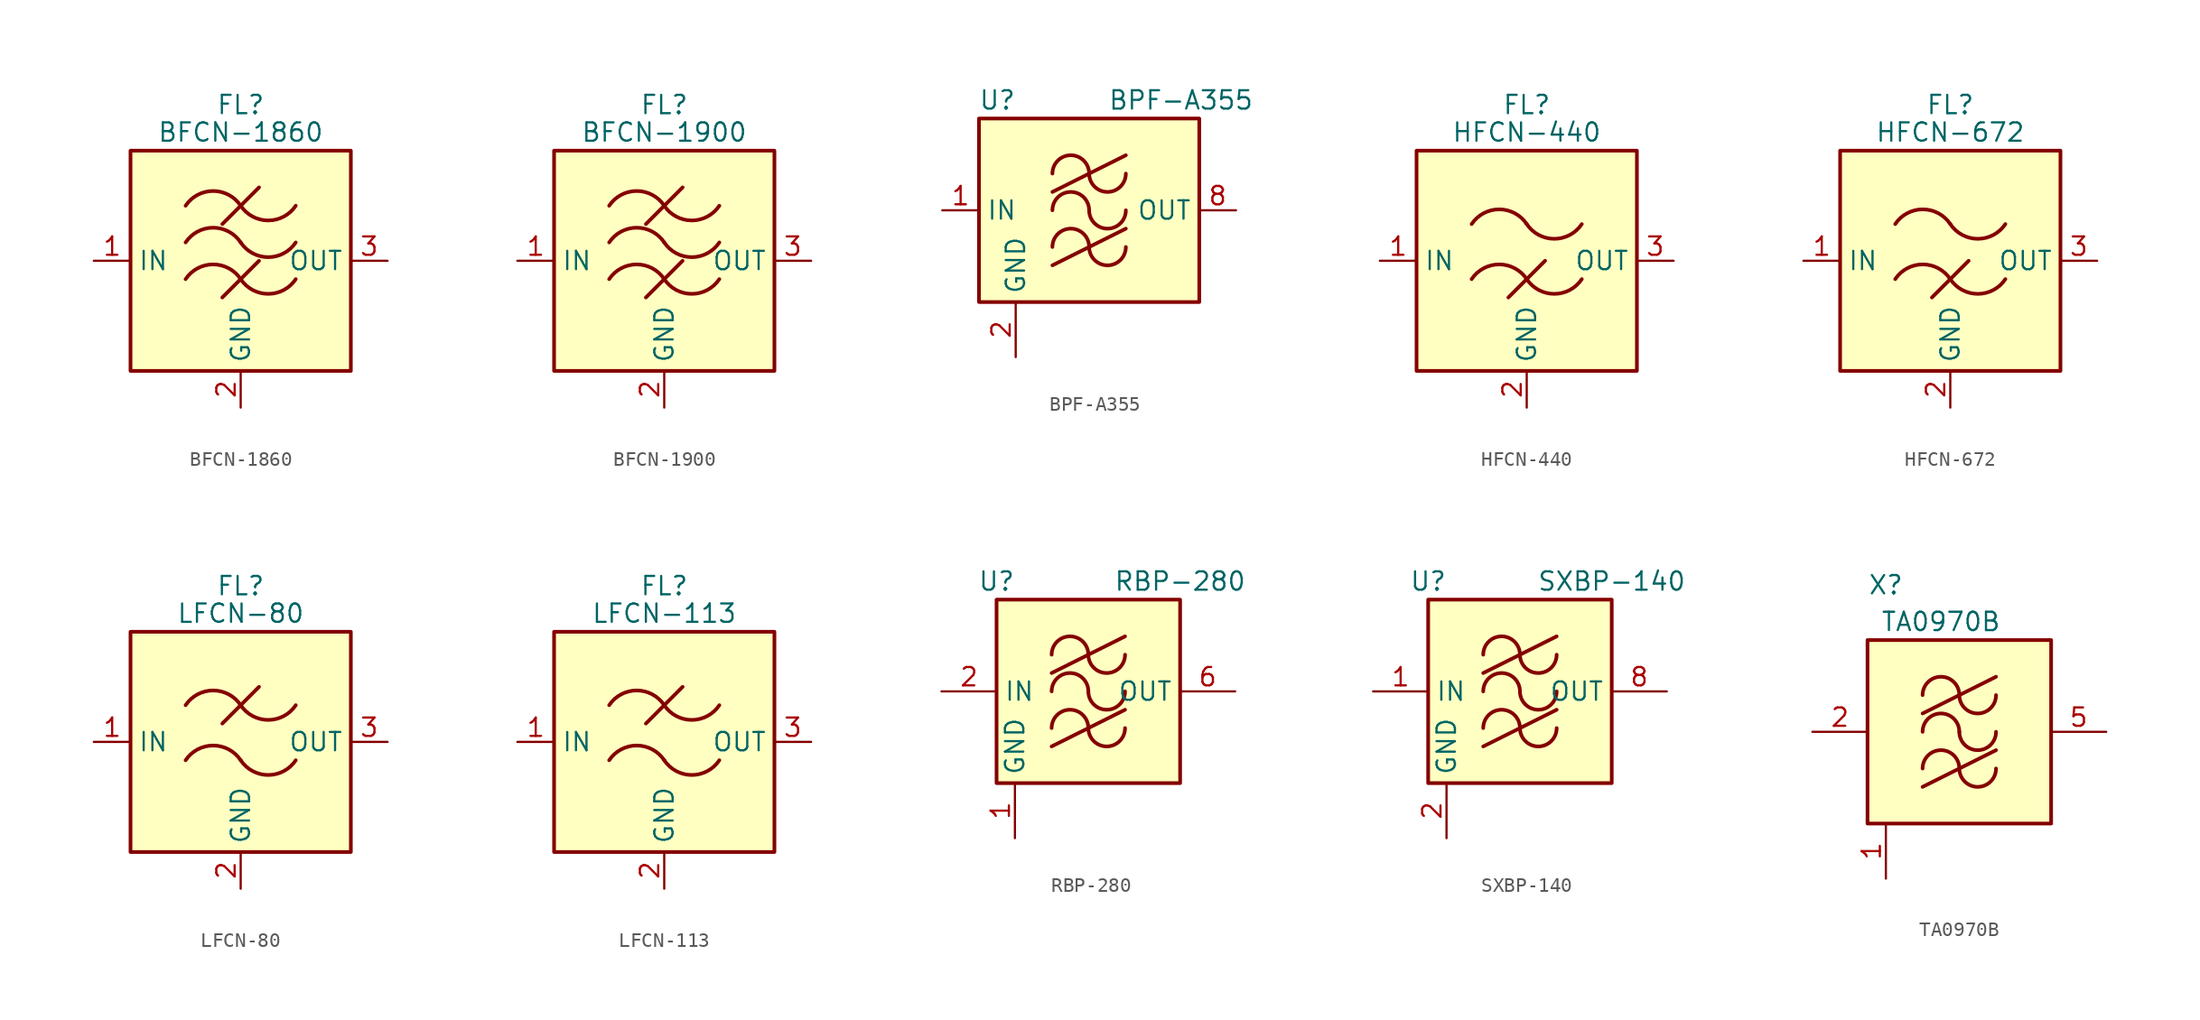
<source format=kicad_sym>
(kicad_symbol_lib
  (version 20231120)
  (generator "kicad_symbol_editor")
  (generator_version "8.0")
  (symbol "BFCN-1860"
    (property "Reference" "FL"
      (at 0 10.795 0)
      (effects (font (size 1.27 1.27))))
    (property "Value" "BFCN-1860"
      (at 0 8.89 0)
      (effects (font (size 1.27 1.27))))
    (symbol "BFCN-1860_0_1"
      (rectangle (start -7.62 7.62) (end 7.62 -7.62) (stroke (width 0.254) (type default)) (fill (type background)))
      (arc (start 0 -1.27) (mid -1.905 -0.2505) (end -3.81 -1.27) (stroke (width 0.254) (type default)) (fill (type none)))
      (arc (start 0 -1.27) (mid 1.905 -2.2895) (end 3.81 -1.27) (stroke (width 0.254) (type default)) (fill (type none)))
      (polyline (pts (xy -1.27 -2.54) (xy 1.27 0)) (stroke (width 0.254) (type default)) (fill (type none)))
      (polyline (pts (xy -1.27 2.54) (xy 1.27 5.08)) (stroke (width 0.254) (type default)) (fill (type none)))
      (arc (start 0 1.27) (mid -1.905 2.2895) (end -3.81 1.27) (stroke (width 0.254) (type default)) (fill (type none)))
      (arc (start 0 1.27) (mid 1.905 0.2505) (end 3.81 1.27) (stroke (width 0.254) (type default)) (fill (type none)))
      (arc (start 0 3.81) (mid -1.905 4.8295) (end -3.81 3.81) (stroke (width 0.254) (type default)) (fill (type none)))
      (arc (start 0 3.81) (mid 1.905 2.7905) (end 3.81 3.81) (stroke (width 0.254) (type default)) (fill (type none))))
    (symbol "BFCN-1860_1_1"
      (pin passive line (at -10.16 0 0) (length 2.54) (name "IN" (effects (font (size 1.27 1.27)))) (number "1" (effects (font (size 1.27 1.27)))))
      (pin passive line (at 0 -10.16 90) (length 2.54) (name "GND" (effects (font (size 1.27 1.27)))) (number "2" (effects (font (size 1.27 1.27)))))
      (pin passive line (at 10.16 0 180) (length 2.54) (name "OUT" (effects (font (size 1.27 1.27)))) (number "3" (effects (font (size 1.27 1.27)))))
      (pin passive line (at 0 -10.16 90) (length 2.54) hide (name "GND" (effects (font (size 1.27 1.27)))) (number "4" (effects (font (size 1.27 1.27)))))))
  (symbol "BFCN-1900"
    (property "Reference" "FL"
      (at 0 10.795 0)
      (effects (font (size 1.27 1.27))))
    (property "Value" "BFCN-1900"
      (at 0 8.89 0)
      (effects (font (size 1.27 1.27))))
    (symbol "BFCN-1900_0_1"
      (rectangle (start -7.62 7.62) (end 7.62 -7.62) (stroke (width 0.254) (type default)) (fill (type background)))
      (arc (start 0 -1.27) (mid -1.905 -0.2505) (end -3.81 -1.27) (stroke (width 0.254) (type default)) (fill (type none)))
      (arc (start 0 -1.27) (mid 1.905 -2.2895) (end 3.81 -1.27) (stroke (width 0.254) (type default)) (fill (type none)))
      (polyline (pts (xy -1.27 -2.54) (xy 1.27 0)) (stroke (width 0.254) (type default)) (fill (type none)))
      (polyline (pts (xy -1.27 2.54) (xy 1.27 5.08)) (stroke (width 0.254) (type default)) (fill (type none)))
      (arc (start 0 1.27) (mid -1.905 2.2895) (end -3.81 1.27) (stroke (width 0.254) (type default)) (fill (type none)))
      (arc (start 0 1.27) (mid 1.905 0.2505) (end 3.81 1.27) (stroke (width 0.254) (type default)) (fill (type none)))
      (arc (start 0 3.81) (mid -1.905 4.8295) (end -3.81 3.81) (stroke (width 0.254) (type default)) (fill (type none)))
      (arc (start 0 3.81) (mid 1.905 2.7905) (end 3.81 3.81) (stroke (width 0.254) (type default)) (fill (type none))))
    (symbol "BFCN-1900_1_1"
      (pin passive line (at -10.16 0 0) (length 2.54) (name "IN" (effects (font (size 1.27 1.27)))) (number "1" (effects (font (size 1.27 1.27)))))
      (pin passive line (at 0 -10.16 90) (length 2.54) (name "GND" (effects (font (size 1.27 1.27)))) (number "2" (effects (font (size 1.27 1.27)))))
      (pin passive line (at 10.16 0 180) (length 2.54) (name "OUT" (effects (font (size 1.27 1.27)))) (number "3" (effects (font (size 1.27 1.27)))))
      (pin passive line (at 0 -10.16 90) (length 2.54) hide (name "GND" (effects (font (size 1.27 1.27)))) (number "4" (effects (font (size 1.27 1.27)))))))
  (symbol "BPF-A355"
    (property "Reference" "U"
      (at -6.35 7.62 0)
      (effects (font (size 1.27 1.27))))
    (property "Value" "BPF-A355"
      (at 6.35 7.62 0)
      (effects (font (size 1.27 1.27))))
    (symbol "BPF-A355_0_1"
      (rectangle (start -7.62 6.35) (end 7.62 -6.35) (stroke (width 0.254) (type default)) (fill (type background)))
      (arc (start 0 -2.54) (mid -1.27 -1.2755) (end -2.54 -2.54) (stroke (width 0.254) (type default)) (fill (type none)))
      (arc (start 0 -2.54) (mid 1.27 -3.8045) (end 2.54 -2.54) (stroke (width 0.254) (type default)) (fill (type none)))
      (arc (start 0 0) (mid -1.27 1.2645) (end -2.54 0) (stroke (width 0.254) (type default)) (fill (type none)))
      (polyline (pts (xy -2.54 -3.81) (xy 2.54 -1.27)) (stroke (width 0.254) (type default)) (fill (type none)))
      (polyline (pts (xy -2.54 1.27) (xy 2.54 3.81)) (stroke (width 0.254) (type default)) (fill (type none)))
      (arc (start 0 0) (mid 1.27 -1.2645) (end 2.54 0) (stroke (width 0.254) (type default)) (fill (type none)))
      (arc (start 0 2.54) (mid -1.27 3.8045) (end -2.54 2.54) (stroke (width 0.254) (type default)) (fill (type none)))
      (arc (start 0 2.54) (mid 1.27 1.2755) (end 2.54 2.54) (stroke (width 0.254) (type default)) (fill (type none))))
    (symbol "BPF-A355_1_1"
      (pin input line (at -10.16 0 0) (length 2.54) (name "IN" (effects (font (size 1.27 1.27)))) (number "1" (effects (font (size 1.27 1.27)))))
      (pin passive line (at -5.08 -10.16 90) (length 3.81) hide (name "GND" (effects (font (size 1.27 1.27)))) (number "10" (effects (font (size 1.27 1.27)))))
      (pin passive line (at -5.08 -10.16 90) (length 3.81) hide (name "GND" (effects (font (size 1.27 1.27)))) (number "11" (effects (font (size 1.27 1.27)))))
      (pin passive line (at -5.08 -10.16 90) (length 3.81) hide (name "GND" (effects (font (size 1.27 1.27)))) (number "12" (effects (font (size 1.27 1.27)))))
      (pin passive line (at -5.08 -10.16 90) (length 3.81) hide (name "GND" (effects (font (size 1.27 1.27)))) (number "13" (effects (font (size 1.27 1.27)))))
      (pin passive line (at -5.08 -10.16 90) (length 3.81) hide (name "GND" (effects (font (size 1.27 1.27)))) (number "14" (effects (font (size 1.27 1.27)))))
      (pin power_in line (at -5.08 -10.16 90) (length 3.81) (name "GND" (effects (font (size 1.27 1.27)))) (number "2" (effects (font (size 1.27 1.27)))))
      (pin passive line (at -5.08 -10.16 90) (length 3.81) hide (name "GND" (effects (font (size 1.27 1.27)))) (number "3" (effects (font (size 1.27 1.27)))))
      (pin passive line (at -5.08 -10.16 90) (length 3.81) hide (name "GND" (effects (font (size 1.27 1.27)))) (number "4" (effects (font (size 1.27 1.27)))))
      (pin passive line (at -5.08 -10.16 90) (length 3.81) hide (name "GND" (effects (font (size 1.27 1.27)))) (number "5" (effects (font (size 1.27 1.27)))))
      (pin passive line (at -5.08 -10.16 90) (length 3.81) hide (name "GND" (effects (font (size 1.27 1.27)))) (number "6" (effects (font (size 1.27 1.27)))))
      (pin passive line (at -5.08 -10.16 90) (length 3.81) hide (name "GND" (effects (font (size 1.27 1.27)))) (number "7" (effects (font (size 1.27 1.27)))))
      (pin output line (at 10.16 0 180) (length 2.54) (name "OUT" (effects (font (size 1.27 1.27)))) (number "8" (effects (font (size 1.27 1.27)))))
      (pin passive line (at -5.08 -10.16 90) (length 3.81) hide (name "GND" (effects (font (size 1.27 1.27)))) (number "9" (effects (font (size 1.27 1.27)))))))
  (symbol "HFCN-440"
    (property "Reference" "FL"
      (at 0 10.795 0)
      (effects (font (size 1.27 1.27))))
    (property "Value" "HFCN-440"
      (at 0 8.89 0)
      (effects (font (size 1.27 1.27))))
    (symbol "HFCN-440_0_1"
      (rectangle (start -7.62 7.62) (end 7.62 -7.62) (stroke (width 0.254) (type default)) (fill (type background)))
      (arc (start 0 -1.27) (mid -1.905 -0.2505) (end -3.81 -1.27) (stroke (width 0.254) (type default)) (fill (type none)))
      (arc (start 0 -1.27) (mid 1.905 -2.2895) (end 3.81 -1.27) (stroke (width 0.254) (type default)) (fill (type none)))
      (polyline (pts (xy -1.27 -2.54) (xy 1.27 0)) (stroke (width 0.254) (type default)) (fill (type none)))
      (arc (start 0 2.54) (mid -1.905 3.5595) (end -3.81 2.54) (stroke (width 0.254) (type default)) (fill (type none)))
      (arc (start 0 2.54) (mid 1.905 1.5205) (end 3.81 2.54) (stroke (width 0.254) (type default)) (fill (type none))))
    (symbol "HFCN-440_1_1"
      (pin passive line (at -10.16 0 0) (length 2.54) (name "IN" (effects (font (size 1.27 1.27)))) (number "1" (effects (font (size 1.27 1.27)))))
      (pin passive line (at 0 -10.16 90) (length 2.54) (name "GND" (effects (font (size 1.27 1.27)))) (number "2" (effects (font (size 1.27 1.27)))))
      (pin passive line (at 10.16 0 180) (length 2.54) (name "OUT" (effects (font (size 1.27 1.27)))) (number "3" (effects (font (size 1.27 1.27)))))
      (pin passive line (at 0 -10.16 90) (length 2.54) hide (name "GND" (effects (font (size 1.27 1.27)))) (number "4" (effects (font (size 1.27 1.27)))))))
  (symbol "HFCN-672"
    (property "Reference" "FL"
      (at 0 10.795 0)
      (effects (font (size 1.27 1.27))))
    (property "Value" "HFCN-672"
      (at 0 8.89 0)
      (effects (font (size 1.27 1.27))))
    (symbol "HFCN-672_0_1"
      (rectangle (start -7.62 7.62) (end 7.62 -7.62) (stroke (width 0.254) (type default)) (fill (type background)))
      (arc (start 0 -1.27) (mid -1.905 -0.2505) (end -3.81 -1.27) (stroke (width 0.254) (type default)) (fill (type none)))
      (arc (start 0 -1.27) (mid 1.905 -2.2895) (end 3.81 -1.27) (stroke (width 0.254) (type default)) (fill (type none)))
      (polyline (pts (xy -1.27 -2.54) (xy 1.27 0)) (stroke (width 0.254) (type default)) (fill (type none)))
      (arc (start 0 2.54) (mid -1.905 3.5595) (end -3.81 2.54) (stroke (width 0.254) (type default)) (fill (type none)))
      (arc (start 0 2.54) (mid 1.905 1.5205) (end 3.81 2.54) (stroke (width 0.254) (type default)) (fill (type none))))
    (symbol "HFCN-672_1_1"
      (pin passive line (at -10.16 0 0) (length 2.54) (name "IN" (effects (font (size 1.27 1.27)))) (number "1" (effects (font (size 1.27 1.27)))))
      (pin passive line (at 0 -10.16 90) (length 2.54) (name "GND" (effects (font (size 1.27 1.27)))) (number "2" (effects (font (size 1.27 1.27)))))
      (pin passive line (at 10.16 0 180) (length 2.54) (name "OUT" (effects (font (size 1.27 1.27)))) (number "3" (effects (font (size 1.27 1.27)))))
      (pin passive line (at 0 -10.16 90) (length 2.54) hide (name "GND" (effects (font (size 1.27 1.27)))) (number "4" (effects (font (size 1.27 1.27)))))
      (pin passive line (at 0 -10.16 90) (length 2.54) hide (name "GND" (effects (font (size 1.27 1.27)))) (number "5" (effects (font (size 1.27 1.27)))))
      (pin passive line (at 0 -10.16 90) (length 2.54) hide (name "GND" (effects (font (size 1.27 1.27)))) (number "6" (effects (font (size 1.27 1.27)))))))
  (symbol "LFCN-80"
    (property "Reference" "FL"
      (at 0 10.795 0)
      (effects (font (size 1.27 1.27))))
    (property "Value" "LFCN-80"
      (at 0 8.89 0)
      (effects (font (size 1.27 1.27))))
    (symbol "LFCN-80_0_1"
      (rectangle (start -7.62 7.62) (end 7.62 -7.62) (stroke (width 0.254) (type default)) (fill (type background)))
      (arc (start 0 -1.27) (mid -1.905 -0.2505) (end -3.81 -1.27) (stroke (width 0.254) (type default)) (fill (type none)))
      (arc (start 0 -1.27) (mid 1.905 -2.2895) (end 3.81 -1.27) (stroke (width 0.254) (type default)) (fill (type none)))
      (polyline (pts (xy -1.27 1.27) (xy 1.27 3.81)) (stroke (width 0.254) (type default)) (fill (type none)))
      (arc (start 0 2.54) (mid -1.905 3.5595) (end -3.81 2.54) (stroke (width 0.254) (type default)) (fill (type none)))
      (arc (start 0 2.54) (mid 1.905 1.5205) (end 3.81 2.54) (stroke (width 0.254) (type default)) (fill (type none))))
    (symbol "LFCN-80_1_1"
      (pin passive line (at -10.16 0 0) (length 2.54) (name "IN" (effects (font (size 1.27 1.27)))) (number "1" (effects (font (size 1.27 1.27)))))
      (pin passive line (at 0 -10.16 90) (length 2.54) (name "GND" (effects (font (size 1.27 1.27)))) (number "2" (effects (font (size 1.27 1.27)))))
      (pin passive line (at 10.16 0 180) (length 2.54) (name "OUT" (effects (font (size 1.27 1.27)))) (number "3" (effects (font (size 1.27 1.27)))))
      (pin passive line (at 0 -10.16 90) (length 2.54) hide (name "GND" (effects (font (size 1.27 1.27)))) (number "4" (effects (font (size 1.27 1.27)))))))
  (symbol "LFCN-113"
    (property "Reference" "FL"
      (at 0 10.795 0)
      (effects (font (size 1.27 1.27))))
    (property "Value" "LFCN-113"
      (at 0 8.89 0)
      (effects (font (size 1.27 1.27))))
    (symbol "LFCN-113_0_1"
      (rectangle (start -7.62 7.62) (end 7.62 -7.62) (stroke (width 0.254) (type default)) (fill (type background)))
      (arc (start 0 -1.27) (mid -1.905 -0.2505) (end -3.81 -1.27) (stroke (width 0.254) (type default)) (fill (type none)))
      (arc (start 0 -1.27) (mid 1.905 -2.2895) (end 3.81 -1.27) (stroke (width 0.254) (type default)) (fill (type none)))
      (polyline (pts (xy -1.27 1.27) (xy 1.27 3.81)) (stroke (width 0.254) (type default)) (fill (type none)))
      (arc (start 0 2.54) (mid -1.905 3.5595) (end -3.81 2.54) (stroke (width 0.254) (type default)) (fill (type none)))
      (arc (start 0 2.54) (mid 1.905 1.5205) (end 3.81 2.54) (stroke (width 0.254) (type default)) (fill (type none))))
    (symbol "LFCN-113_1_1"
      (pin passive line (at -10.16 0 0) (length 2.54) (name "IN" (effects (font (size 1.27 1.27)))) (number "1" (effects (font (size 1.27 1.27)))))
      (pin passive line (at 0 -10.16 90) (length 2.54) (name "GND" (effects (font (size 1.27 1.27)))) (number "2" (effects (font (size 1.27 1.27)))))
      (pin passive line (at 10.16 0 180) (length 2.54) (name "OUT" (effects (font (size 1.27 1.27)))) (number "3" (effects (font (size 1.27 1.27)))))
      (pin passive line (at 0 -10.16 90) (length 2.54) hide (name "GND" (effects (font (size 1.27 1.27)))) (number "4" (effects (font (size 1.27 1.27)))))))
  (symbol "RBP-280"
    (property "Reference" "U"
      (at -6.35 7.62 0)
      (effects (font (size 1.27 1.27))))
    (property "Value" "RBP-280"
      (at 6.35 7.62 0)
      (effects (font (size 1.27 1.27))))
    (symbol "RBP-280_0_1"
      (rectangle (start -6.35 6.35) (end 6.35 -6.35) (stroke (width 0.254) (type default)) (fill (type background)))
      (arc (start 0 -2.54) (mid -1.27 -1.2755) (end -2.54 -2.54) (stroke (width 0.254) (type default)) (fill (type none)))
      (arc (start 0 -2.54) (mid 1.27 -3.8045) (end 2.54 -2.54) (stroke (width 0.254) (type default)) (fill (type none)))
      (arc (start 0 0) (mid -1.27 1.2645) (end -2.54 0) (stroke (width 0.254) (type default)) (fill (type none)))
      (polyline (pts (xy -2.54 -3.81) (xy 2.54 -1.27)) (stroke (width 0.254) (type default)) (fill (type none)))
      (polyline (pts (xy -2.54 1.27) (xy 2.54 3.81)) (stroke (width 0.254) (type default)) (fill (type none)))
      (arc (start 0 0) (mid 1.27 -1.2645) (end 2.54 0) (stroke (width 0.254) (type default)) (fill (type none)))
      (arc (start 0 2.54) (mid -1.27 3.8045) (end -2.54 2.54) (stroke (width 0.254) (type default)) (fill (type none)))
      (arc (start 0 2.54) (mid 1.27 1.2755) (end 2.54 2.54) (stroke (width 0.254) (type default)) (fill (type none))))
    (symbol "RBP-280_1_1"
      (pin power_in line (at -5.08 -10.16 90) (length 3.81) (name "GND" (effects (font (size 1.27 1.27)))) (number "1" (effects (font (size 1.27 1.27)))))
      (pin input line (at -10.16 0 0) (length 3.81) (name "IN" (effects (font (size 1.27 1.27)))) (number "2" (effects (font (size 1.27 1.27)))))
      (pin passive line (at -5.08 -10.16 90) (length 3.81) hide (name "GND" (effects (font (size 1.27 1.27)))) (number "3" (effects (font (size 1.27 1.27)))))
      (pin passive line (at -5.08 -10.16 90) (length 3.81) hide (name "GND" (effects (font (size 1.27 1.27)))) (number "4" (effects (font (size 1.27 1.27)))))
      (pin passive line (at -5.08 -10.16 90) (length 3.81) hide (name "GND" (effects (font (size 1.27 1.27)))) (number "5" (effects (font (size 1.27 1.27)))))
      (pin output line (at 10.16 0 180) (length 3.81) (name "OUT" (effects (font (size 1.27 1.27)))) (number "6" (effects (font (size 1.27 1.27)))))
      (pin passive line (at -5.08 -10.16 90) (length 3.81) hide (name "GND" (effects (font (size 1.27 1.27)))) (number "7" (effects (font (size 1.27 1.27)))))
      (pin passive line (at -5.08 -10.16 90) (length 3.81) hide (name "GND" (effects (font (size 1.27 1.27)))) (number "8" (effects (font (size 1.27 1.27)))))))
  (symbol "SXBP-140"
    (property "Reference" "U"
      (at -6.35 7.62 0)
      (effects (font (size 1.27 1.27))))
    (property "Value" "SXBP-140"
      (at 6.35 7.62 0)
      (effects (font (size 1.27 1.27))))
    (symbol "SXBP-140_0_1"
      (rectangle (start -6.35 6.35) (end 6.35 -6.35) (stroke (width 0.254) (type default)) (fill (type background)))
      (arc (start 0 -2.54) (mid -1.27 -1.2755) (end -2.54 -2.54) (stroke (width 0.254) (type default)) (fill (type none)))
      (arc (start 0 -2.54) (mid 1.27 -3.8045) (end 2.54 -2.54) (stroke (width 0.254) (type default)) (fill (type none)))
      (arc (start 0 0) (mid -1.27 1.2645) (end -2.54 0) (stroke (width 0.254) (type default)) (fill (type none)))
      (polyline (pts (xy -2.54 -3.81) (xy 2.54 -1.27)) (stroke (width 0.254) (type default)) (fill (type none)))
      (polyline (pts (xy -2.54 1.27) (xy 2.54 3.81)) (stroke (width 0.254) (type default)) (fill (type none)))
      (arc (start 0 0) (mid 1.27 -1.2645) (end 2.54 0) (stroke (width 0.254) (type default)) (fill (type none)))
      (arc (start 0 2.54) (mid -1.27 3.8045) (end -2.54 2.54) (stroke (width 0.254) (type default)) (fill (type none)))
      (arc (start 0 2.54) (mid 1.27 1.2755) (end 2.54 2.54) (stroke (width 0.254) (type default)) (fill (type none))))
    (symbol "SXBP-140_1_1"
      (pin input line (at -10.16 0 0) (length 3.81) (name "IN" (effects (font (size 1.27 1.27)))) (number "1" (effects (font (size 1.27 1.27)))))
      (pin power_in line (at -5.08 -10.16 90) (length 3.81) (name "GND" (effects (font (size 1.27 1.27)))) (number "2" (effects (font (size 1.27 1.27)))))
      (pin passive line (at -5.08 -10.16 90) (length 3.81) hide (name "GND" (effects (font (size 1.27 1.27)))) (number "3" (effects (font (size 1.27 1.27)))))
      (pin passive line (at -5.08 -10.16 90) (length 3.81) hide (name "GND" (effects (font (size 1.27 1.27)))) (number "4" (effects (font (size 1.27 1.27)))))
      (pin passive line (at -5.08 -10.16 90) (length 3.81) hide (name "GND" (effects (font (size 1.27 1.27)))) (number "5" (effects (font (size 1.27 1.27)))))
      (pin passive line (at -5.08 -10.16 90) (length 3.81) hide (name "GND" (effects (font (size 1.27 1.27)))) (number "6" (effects (font (size 1.27 1.27)))))
      (pin passive line (at -5.08 -10.16 90) (length 3.81) hide (name "GND" (effects (font (size 1.27 1.27)))) (number "7" (effects (font (size 1.27 1.27)))))
      (pin output line (at 10.16 0 180) (length 3.81) (name "OUT" (effects (font (size 1.27 1.27)))) (number "8" (effects (font (size 1.27 1.27)))))))
  (symbol "TA0970B"
    (pin_names hide)
    (property "Reference" "X"
      (at -5.08 10.16 0)
      (effects (font (size 1.27 1.27))))
    (property "Value" "TA0970B"
      (at -1.27 7.62 0)
      (effects (font (size 1.27 1.27))))
    (symbol "TA0970B_1_1"
      (rectangle (start -6.35 6.35) (end 6.35 -6.35) (stroke (width 0.254) (type default)) (fill (type background)))
      (arc (start 0 -2.54) (mid -1.27 -1.2755) (end -2.54 -2.54) (stroke (width 0.254) (type default)) (fill (type none)))
      (arc (start 0 -2.54) (mid 1.27 -3.8045) (end 2.54 -2.54) (stroke (width 0.254) (type default)) (fill (type none)))
      (arc (start 0 0) (mid -1.27 1.2645) (end -2.54 0) (stroke (width 0.254) (type default)) (fill (type none)))
      (polyline (pts (xy -2.54 -3.81) (xy 2.54 -1.27)) (stroke (width 0.254) (type default)) (fill (type none)))
      (polyline (pts (xy -2.54 1.27) (xy 2.54 3.81)) (stroke (width 0.254) (type default)) (fill (type none)))
      (arc (start 0 0) (mid 1.27 -1.2645) (end 2.54 0) (stroke (width 0.254) (type default)) (fill (type none)))
      (arc (start 0 2.54) (mid -1.27 3.8045) (end -2.54 2.54) (stroke (width 0.254) (type default)) (fill (type none)))
      (arc (start 0 2.54) (mid 1.27 1.2755) (end 2.54 2.54) (stroke (width 0.254) (type default)) (fill (type none)))
      (pin power_in line (at -5.08 -10.16 90) (length 3.81) (name "GND" (effects (font (size 1.27 1.27)))) (number "1" (effects (font (size 1.27 1.27)))))
      (pin input line (at -10.16 0 0) (length 3.81) (name "IN" (effects (font (size 1.27 1.27)))) (number "2" (effects (font (size 1.27 1.27)))))
      (pin passive line (at -5.08 -10.16 90) (length 3.81) hide (name "GND" (effects (font (size 1.27 1.27)))) (number "3" (effects (font (size 1.27 1.27)))))
      (pin passive line (at -5.08 -10.16 90) (length 3.81) hide (name "GND" (effects (font (size 1.27 1.27)))) (number "4" (effects (font (size 1.27 1.27)))))
      (pin output line (at 10.16 0 180) (length 3.81) (name "OUT" (effects (font (size 1.27 1.27)))) (number "5" (effects (font (size 1.27 1.27)))))
      (pin passive line (at -5.08 -10.16 90) (length 3.81) hide (name "GND" (effects (font (size 1.27 1.27)))) (number "6" (effects (font (size 1.27 1.27))))))))
</source>
